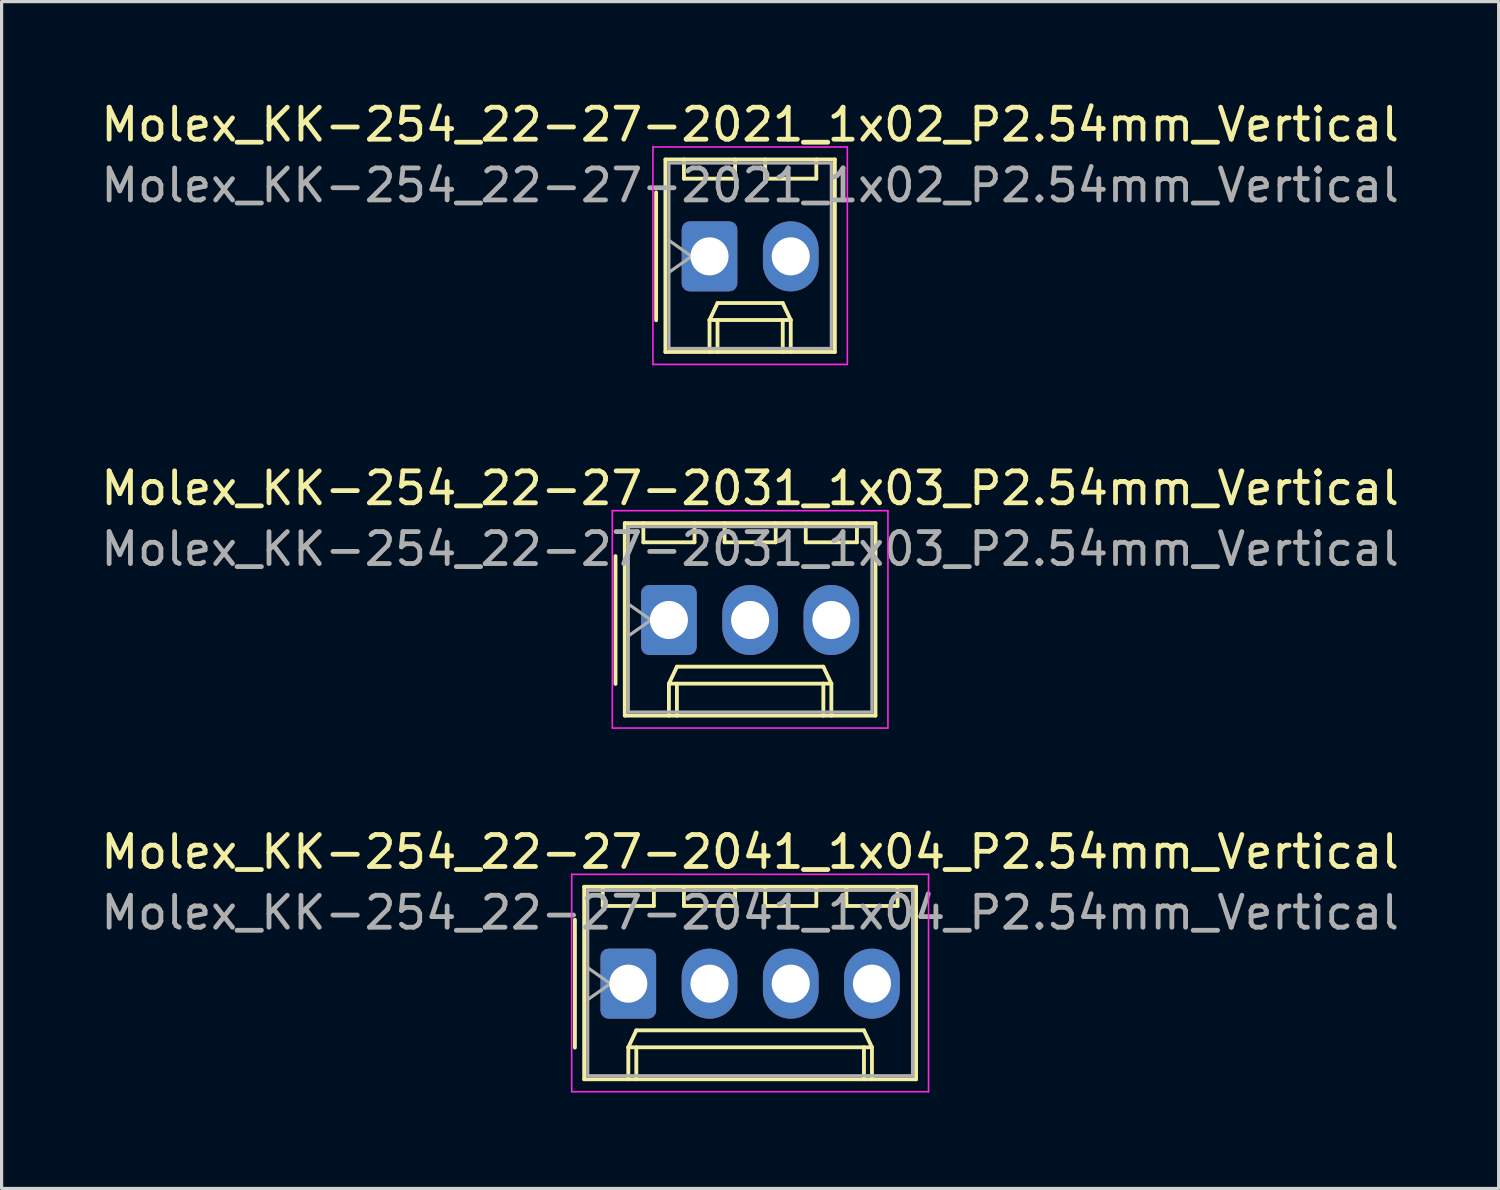
<source format=kicad_pcb>
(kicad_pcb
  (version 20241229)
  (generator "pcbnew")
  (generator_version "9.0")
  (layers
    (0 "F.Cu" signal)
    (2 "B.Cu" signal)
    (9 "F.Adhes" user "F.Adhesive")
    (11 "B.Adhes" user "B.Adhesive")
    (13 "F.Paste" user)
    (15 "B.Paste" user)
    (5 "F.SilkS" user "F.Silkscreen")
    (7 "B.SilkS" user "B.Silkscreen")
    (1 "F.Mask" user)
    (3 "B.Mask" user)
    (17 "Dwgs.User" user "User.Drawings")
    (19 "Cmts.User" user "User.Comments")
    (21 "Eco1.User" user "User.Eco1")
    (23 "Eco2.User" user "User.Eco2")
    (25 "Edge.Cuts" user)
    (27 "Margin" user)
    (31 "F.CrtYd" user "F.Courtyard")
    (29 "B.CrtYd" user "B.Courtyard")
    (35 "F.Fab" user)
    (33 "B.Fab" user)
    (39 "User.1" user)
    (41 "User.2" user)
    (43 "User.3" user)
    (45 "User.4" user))
  (footprint "Molex_KK-254_22-27-2021_1x02_P2.54mm_Vertical"
    (layer "F.Cu")
    (at 19.141 4.968)
    (property "Reference" "Molex_KK-254_22-27-2021_1x02_P2.54mm_Vertical" (at 1.27 -4.12 0) (layer "F.SilkS") (effects (font (size 1 1) (thickness 0.15))))
    (attr through_hole)
    (fp_line (start -1.67 -2) (end -1.67 2) (stroke (width 0.12) (type solid)) (layer "F.SilkS"))
    (fp_line (start -1.38 -3.03) (end -1.38 2.99) (stroke (width 0.12) (type solid)) (layer "F.SilkS"))
    (fp_line (start -1.38 2.99) (end 3.92 2.99) (stroke (width 0.12) (type solid)) (layer "F.SilkS"))
    (fp_line (start -0.8 -3.03) (end -0.8 -2.43) (stroke (width 0.12) (type solid)) (layer "F.SilkS"))
    (fp_line (start -0.8 -2.43) (end 0.8 -2.43) (stroke (width 0.12) (type solid)) (layer "F.SilkS"))
    (fp_line (start 0 1.99) (end 0.25 1.46) (stroke (width 0.12) (type solid)) (layer "F.SilkS"))
    (fp_line (start 0 1.99) (end 2.54 1.99) (stroke (width 0.12) (type solid)) (layer "F.SilkS"))
    (fp_line (start 0 2.99) (end 0 1.99) (stroke (width 0.12) (type solid)) (layer "F.SilkS"))
    (fp_line (start 0.25 1.46) (end 2.29 1.46) (stroke (width 0.12) (type solid)) (layer "F.SilkS"))
    (fp_line (start 0.25 2.99) (end 0.25 1.99) (stroke (width 0.12) (type solid)) (layer "F.SilkS"))
    (fp_line (start 0.8 -2.43) (end 0.8 -3.03) (stroke (width 0.12) (type solid)) (layer "F.SilkS"))
    (fp_line (start 1.74 -3.03) (end 1.74 -2.43) (stroke (width 0.12) (type solid)) (layer "F.SilkS"))
    (fp_line (start 1.74 -2.43) (end 3.34 -2.43) (stroke (width 0.12) (type solid)) (layer "F.SilkS"))
    (fp_line (start 2.29 1.46) (end 2.54 1.99) (stroke (width 0.12) (type solid)) (layer "F.SilkS"))
    (fp_line (start 2.29 2.99) (end 2.29 1.99) (stroke (width 0.12) (type solid)) (layer "F.SilkS"))
    (fp_line (start 2.54 1.99) (end 2.54 2.99) (stroke (width 0.12) (type solid)) (layer "F.SilkS"))
    (fp_line (start 3.34 -2.43) (end 3.34 -3.03) (stroke (width 0.12) (type solid)) (layer "F.SilkS"))
    (fp_line (start 3.92 -3.03) (end -1.38 -3.03) (stroke (width 0.12) (type solid)) (layer "F.SilkS"))
    (fp_line (start 3.92 2.99) (end 3.92 -3.03) (stroke (width 0.12) (type solid)) (layer "F.SilkS"))
    (fp_line (start -1.77 -3.42) (end -1.77 3.38) (stroke (width 0.05) (type solid)) (layer "F.CrtYd"))
    (fp_line (start -1.77 3.38) (end 4.31 3.38) (stroke (width 0.05) (type solid)) (layer "F.CrtYd"))
    (fp_line (start 4.31 -3.42) (end -1.77 -3.42) (stroke (width 0.05) (type solid)) (layer "F.CrtYd"))
    (fp_line (start 4.31 3.38) (end 4.31 -3.42) (stroke (width 0.05) (type solid)) (layer "F.CrtYd"))
    (fp_line (start -1.27 -2.92) (end -1.27 2.88) (stroke (width 0.1) (type solid)) (layer "F.Fab"))
    (fp_line (start -1.27 -0.5) (end -0.563 0) (stroke (width 0.1) (type solid)) (layer "F.Fab"))
    (fp_line (start -1.27 2.88) (end 3.81 2.88) (stroke (width 0.1) (type solid)) (layer "F.Fab"))
    (fp_line (start -0.563 0) (end -1.27 0.5) (stroke (width 0.1) (type solid)) (layer "F.Fab"))
    (fp_line (start 3.81 -2.92) (end -1.27 -2.92) (stroke (width 0.1) (type solid)) (layer "F.Fab"))
    (fp_line (start 3.81 2.88) (end 3.81 -2.92) (stroke (width 0.1) (type solid)) (layer "F.Fab"))
    (fp_text user "${REFERENCE}" (at 1.27 -2.22 0) (layer "F.Fab") (effects (font (size 1 1) (thickness 0.15))))
    (pad "1" thru_hole roundrect (at 0 0) (size 1.74 2.19) (drill 1.19) (layers "*.Cu" "*.Mask") (roundrect_rratio 0.144))
    (pad "2" thru_hole oval (at 2.54 0) (size 1.74 2.19) (drill 1.19) (layers "*.Cu" "*.Mask")))
  (footprint "Molex_KK-254_22-27-2041_1x04_P2.54mm_Vertical"
    (layer "F.Cu")
    (at 16.601 27.715)
    (property "Reference" "Molex_KK-254_22-27-2041_1x04_P2.54mm_Vertical" (at 3.81 -4.12 0) (layer "F.SilkS") (effects (font (size 1 1) (thickness 0.15))))
    (attr through_hole)
    (fp_line (start -1.67 -2) (end -1.67 2) (stroke (width 0.12) (type solid)) (layer "F.SilkS"))
    (fp_line (start -1.38 -3.03) (end -1.38 2.99) (stroke (width 0.12) (type solid)) (layer "F.SilkS"))
    (fp_line (start -1.38 2.99) (end 9 2.99) (stroke (width 0.12) (type solid)) (layer "F.SilkS"))
    (fp_line (start -0.8 -3.03) (end -0.8 -2.43) (stroke (width 0.12) (type solid)) (layer "F.SilkS"))
    (fp_line (start -0.8 -2.43) (end 0.8 -2.43) (stroke (width 0.12) (type solid)) (layer "F.SilkS"))
    (fp_line (start 0 1.99) (end 0.25 1.46) (stroke (width 0.12) (type solid)) (layer "F.SilkS"))
    (fp_line (start 0 1.99) (end 7.62 1.99) (stroke (width 0.12) (type solid)) (layer "F.SilkS"))
    (fp_line (start 0 2.99) (end 0 1.99) (stroke (width 0.12) (type solid)) (layer "F.SilkS"))
    (fp_line (start 0.25 1.46) (end 7.37 1.46) (stroke (width 0.12) (type solid)) (layer "F.SilkS"))
    (fp_line (start 0.25 2.99) (end 0.25 1.99) (stroke (width 0.12) (type solid)) (layer "F.SilkS"))
    (fp_line (start 0.8 -2.43) (end 0.8 -3.03) (stroke (width 0.12) (type solid)) (layer "F.SilkS"))
    (fp_line (start 1.74 -3.03) (end 1.74 -2.43) (stroke (width 0.12) (type solid)) (layer "F.SilkS"))
    (fp_line (start 1.74 -2.43) (end 3.34 -2.43) (stroke (width 0.12) (type solid)) (layer "F.SilkS"))
    (fp_line (start 3.34 -2.43) (end 3.34 -3.03) (stroke (width 0.12) (type solid)) (layer "F.SilkS"))
    (fp_line (start 4.28 -3.03) (end 4.28 -2.43) (stroke (width 0.12) (type solid)) (layer "F.SilkS"))
    (fp_line (start 4.28 -2.43) (end 5.88 -2.43) (stroke (width 0.12) (type solid)) (layer "F.SilkS"))
    (fp_line (start 5.88 -2.43) (end 5.88 -3.03) (stroke (width 0.12) (type solid)) (layer "F.SilkS"))
    (fp_line (start 6.82 -3.03) (end 6.82 -2.43) (stroke (width 0.12) (type solid)) (layer "F.SilkS"))
    (fp_line (start 6.82 -2.43) (end 8.42 -2.43) (stroke (width 0.12) (type solid)) (layer "F.SilkS"))
    (fp_line (start 7.37 1.46) (end 7.62 1.99) (stroke (width 0.12) (type solid)) (layer "F.SilkS"))
    (fp_line (start 7.37 2.99) (end 7.37 1.99) (stroke (width 0.12) (type solid)) (layer "F.SilkS"))
    (fp_line (start 7.62 1.99) (end 7.62 2.99) (stroke (width 0.12) (type solid)) (layer "F.SilkS"))
    (fp_line (start 8.42 -2.43) (end 8.42 -3.03) (stroke (width 0.12) (type solid)) (layer "F.SilkS"))
    (fp_line (start 9 -3.03) (end -1.38 -3.03) (stroke (width 0.12) (type solid)) (layer "F.SilkS"))
    (fp_line (start 9 2.99) (end 9 -3.03) (stroke (width 0.12) (type solid)) (layer "F.SilkS"))
    (fp_line (start -1.77 -3.42) (end -1.77 3.38) (stroke (width 0.05) (type solid)) (layer "F.CrtYd"))
    (fp_line (start -1.77 3.38) (end 9.39 3.38) (stroke (width 0.05) (type solid)) (layer "F.CrtYd"))
    (fp_line (start 9.39 -3.42) (end -1.77 -3.42) (stroke (width 0.05) (type solid)) (layer "F.CrtYd"))
    (fp_line (start 9.39 3.38) (end 9.39 -3.42) (stroke (width 0.05) (type solid)) (layer "F.CrtYd"))
    (fp_line (start -1.27 -2.92) (end -1.27 2.88) (stroke (width 0.1) (type solid)) (layer "F.Fab"))
    (fp_line (start -1.27 -0.5) (end -0.563 0) (stroke (width 0.1) (type solid)) (layer "F.Fab"))
    (fp_line (start -1.27 2.88) (end 8.89 2.88) (stroke (width 0.1) (type solid)) (layer "F.Fab"))
    (fp_line (start -0.563 0) (end -1.27 0.5) (stroke (width 0.1) (type solid)) (layer "F.Fab"))
    (fp_line (start 8.89 -2.92) (end -1.27 -2.92) (stroke (width 0.1) (type solid)) (layer "F.Fab"))
    (fp_line (start 8.89 2.88) (end 8.89 -2.92) (stroke (width 0.1) (type solid)) (layer "F.Fab"))
    (fp_text user "${REFERENCE}" (at 3.81 -2.22 0) (layer "F.Fab") (effects (font (size 1 1) (thickness 0.15))))
    (pad "1" thru_hole roundrect (at 0 0) (size 1.74 2.19) (drill 1.19) (layers "*.Cu" "*.Mask") (roundrect_rratio 0.144))
    (pad "2" thru_hole oval (at 2.54 0) (size 1.74 2.19) (drill 1.19) (layers "*.Cu" "*.Mask"))
    (pad "3" thru_hole oval (at 5.08 0) (size 1.74 2.19) (drill 1.19) (layers "*.Cu" "*.Mask"))
    (pad "4" thru_hole oval (at 7.62 0) (size 1.74 2.19) (drill 1.19) (layers "*.Cu" "*.Mask")))
  (footprint "Molex_KK-254_22-27-2031_1x03_P2.54mm_Vertical"
    (layer "F.Cu")
    (at 17.871 16.341)
    (property "Reference" "Molex_KK-254_22-27-2031_1x03_P2.54mm_Vertical" (at 2.54 -4.12 0) (layer "F.SilkS") (effects (font (size 1 1) (thickness 0.15))))
    (attr through_hole)
    (fp_line (start -1.67 -2) (end -1.67 2) (stroke (width 0.12) (type solid)) (layer "F.SilkS"))
    (fp_line (start -1.38 -3.03) (end -1.38 2.99) (stroke (width 0.12) (type solid)) (layer "F.SilkS"))
    (fp_line (start -1.38 2.99) (end 6.46 2.99) (stroke (width 0.12) (type solid)) (layer "F.SilkS"))
    (fp_line (start -0.8 -3.03) (end -0.8 -2.43) (stroke (width 0.12) (type solid)) (layer "F.SilkS"))
    (fp_line (start -0.8 -2.43) (end 0.8 -2.43) (stroke (width 0.12) (type solid)) (layer "F.SilkS"))
    (fp_line (start 0 1.99) (end 0.25 1.46) (stroke (width 0.12) (type solid)) (layer "F.SilkS"))
    (fp_line (start 0 1.99) (end 5.08 1.99) (stroke (width 0.12) (type solid)) (layer "F.SilkS"))
    (fp_line (start 0 2.99) (end 0 1.99) (stroke (width 0.12) (type solid)) (layer "F.SilkS"))
    (fp_line (start 0.25 1.46) (end 4.83 1.46) (stroke (width 0.12) (type solid)) (layer "F.SilkS"))
    (fp_line (start 0.25 2.99) (end 0.25 1.99) (stroke (width 0.12) (type solid)) (layer "F.SilkS"))
    (fp_line (start 0.8 -2.43) (end 0.8 -3.03) (stroke (width 0.12) (type solid)) (layer "F.SilkS"))
    (fp_line (start 1.74 -3.03) (end 1.74 -2.43) (stroke (width 0.12) (type solid)) (layer "F.SilkS"))
    (fp_line (start 1.74 -2.43) (end 3.34 -2.43) (stroke (width 0.12) (type solid)) (layer "F.SilkS"))
    (fp_line (start 3.34 -2.43) (end 3.34 -3.03) (stroke (width 0.12) (type solid)) (layer "F.SilkS"))
    (fp_line (start 4.28 -3.03) (end 4.28 -2.43) (stroke (width 0.12) (type solid)) (layer "F.SilkS"))
    (fp_line (start 4.28 -2.43) (end 5.88 -2.43) (stroke (width 0.12) (type solid)) (layer "F.SilkS"))
    (fp_line (start 4.83 1.46) (end 5.08 1.99) (stroke (width 0.12) (type solid)) (layer "F.SilkS"))
    (fp_line (start 4.83 2.99) (end 4.83 1.99) (stroke (width 0.12) (type solid)) (layer "F.SilkS"))
    (fp_line (start 5.08 1.99) (end 5.08 2.99) (stroke (width 0.12) (type solid)) (layer "F.SilkS"))
    (fp_line (start 5.88 -2.43) (end 5.88 -3.03) (stroke (width 0.12) (type solid)) (layer "F.SilkS"))
    (fp_line (start 6.46 -3.03) (end -1.38 -3.03) (stroke (width 0.12) (type solid)) (layer "F.SilkS"))
    (fp_line (start 6.46 2.99) (end 6.46 -3.03) (stroke (width 0.12) (type solid)) (layer "F.SilkS"))
    (fp_line (start -1.77 -3.42) (end -1.77 3.38) (stroke (width 0.05) (type solid)) (layer "F.CrtYd"))
    (fp_line (start -1.77 3.38) (end 6.85 3.38) (stroke (width 0.05) (type solid)) (layer "F.CrtYd"))
    (fp_line (start 6.85 -3.42) (end -1.77 -3.42) (stroke (width 0.05) (type solid)) (layer "F.CrtYd"))
    (fp_line (start 6.85 3.38) (end 6.85 -3.42) (stroke (width 0.05) (type solid)) (layer "F.CrtYd"))
    (fp_line (start -1.27 -2.92) (end -1.27 2.88) (stroke (width 0.1) (type solid)) (layer "F.Fab"))
    (fp_line (start -1.27 -0.5) (end -0.563 0) (stroke (width 0.1) (type solid)) (layer "F.Fab"))
    (fp_line (start -1.27 2.88) (end 6.35 2.88) (stroke (width 0.1) (type solid)) (layer "F.Fab"))
    (fp_line (start -0.563 0) (end -1.27 0.5) (stroke (width 0.1) (type solid)) (layer "F.Fab"))
    (fp_line (start 6.35 -2.92) (end -1.27 -2.92) (stroke (width 0.1) (type solid)) (layer "F.Fab"))
    (fp_line (start 6.35 2.88) (end 6.35 -2.92) (stroke (width 0.1) (type solid)) (layer "F.Fab"))
    (fp_text user "${REFERENCE}" (at 2.54 -2.22 0) (layer "F.Fab") (effects (font (size 1 1) (thickness 0.15))))
    (pad "1" thru_hole roundrect (at 0 0) (size 1.74 2.19) (drill 1.19) (layers "*.Cu" "*.Mask") (roundrect_rratio 0.144))
    (pad "2" thru_hole oval (at 2.54 0) (size 1.74 2.19) (drill 1.19) (layers "*.Cu" "*.Mask"))
    (pad "3" thru_hole oval (at 5.08 0) (size 1.74 2.19) (drill 1.19) (layers "*.Cu" "*.Mask")))
  (gr_rect
    (start -3 -3)
    (end 43.821 34.12)
    (stroke (width 0.1) (type default))
    (fill no)
    (layer "Edge.Cuts")))
</source>
